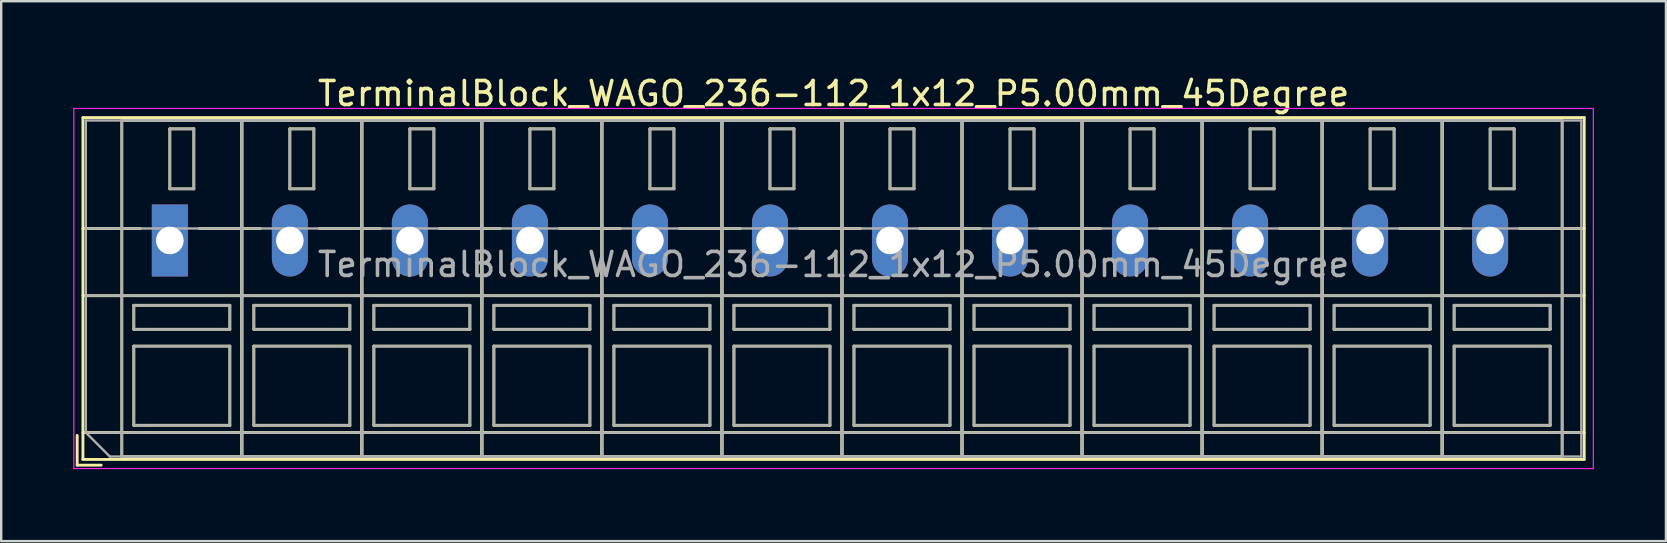
<source format=kicad_pcb>
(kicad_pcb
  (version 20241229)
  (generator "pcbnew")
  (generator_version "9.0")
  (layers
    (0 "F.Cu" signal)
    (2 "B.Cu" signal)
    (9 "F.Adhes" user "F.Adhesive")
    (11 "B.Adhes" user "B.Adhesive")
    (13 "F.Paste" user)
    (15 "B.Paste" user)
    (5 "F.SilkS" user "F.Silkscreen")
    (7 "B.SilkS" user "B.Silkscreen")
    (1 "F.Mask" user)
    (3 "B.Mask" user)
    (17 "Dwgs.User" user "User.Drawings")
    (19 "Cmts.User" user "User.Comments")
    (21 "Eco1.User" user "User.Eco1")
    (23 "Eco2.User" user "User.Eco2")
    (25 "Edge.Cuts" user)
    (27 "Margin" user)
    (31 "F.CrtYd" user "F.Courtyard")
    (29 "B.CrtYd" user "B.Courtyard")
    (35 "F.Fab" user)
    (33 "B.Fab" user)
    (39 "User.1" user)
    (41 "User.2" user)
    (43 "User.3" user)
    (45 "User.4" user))
  (footprint "TerminalBlock_WAGO_236-112_1x12_P5.00mm_45Degree"
    (layer "F.Cu")
    (at 4.025 6.968)
    (property "Reference" "TerminalBlock_WAGO_236-112_1x12_P5.00mm_45Degree" (at 27.65 -6.12 0) (layer "F.SilkS") (effects (font (size 1 1) (thickness 0.15))))
    (attr through_hole)
    (fp_line (start -3.86 8.12) (end -3.86 9.36) (stroke (width 0.12) (type solid)) (layer "F.SilkS"))
    (fp_line (start -3.86 9.36) (end -2.86 9.36) (stroke (width 0.12) (type solid)) (layer "F.SilkS"))
    (fp_line (start -3.62 -5.12) (end -3.62 9.12) (stroke (width 0.12) (type solid)) (layer "F.SilkS"))
    (fp_line (start -3.62 -5.12) (end 58.92 -5.12) (stroke (width 0.12) (type solid)) (layer "F.SilkS"))
    (fp_line (start -3.62 -0.5) (end -1.23 -0.5) (stroke (width 0.12) (type solid)) (layer "F.SilkS"))
    (fp_line (start -3.62 2.3) (end 58.92 2.3) (stroke (width 0.12) (type solid)) (layer "F.SilkS"))
    (fp_line (start -3.62 8) (end 58.92 8) (stroke (width 0.12) (type solid)) (layer "F.SilkS"))
    (fp_line (start -3.62 9.12) (end 58.92 9.12) (stroke (width 0.12) (type solid)) (layer "F.SilkS"))
    (fp_line (start -2 -5) (end -2 9) (stroke (width 0.12) (type solid)) (layer "F.SilkS"))
    (fp_line (start -2 -5) (end 3 -5) (stroke (width 0.12) (type solid)) (layer "F.SilkS"))
    (fp_line (start -2 9) (end 3 9) (stroke (width 0.12) (type solid)) (layer "F.SilkS"))
    (fp_line (start -1.5 2.7) (end -1.5 3.7) (stroke (width 0.12) (type solid)) (layer "F.SilkS"))
    (fp_line (start -1.5 2.7) (end 2.5 2.7) (stroke (width 0.12) (type solid)) (layer "F.SilkS"))
    (fp_line (start -1.5 3.7) (end 2.5 3.7) (stroke (width 0.12) (type solid)) (layer "F.SilkS"))
    (fp_line (start -1.5 4.4) (end -1.5 7.7) (stroke (width 0.12) (type solid)) (layer "F.SilkS"))
    (fp_line (start -1.5 4.4) (end 2.5 4.4) (stroke (width 0.12) (type solid)) (layer "F.SilkS"))
    (fp_line (start -1.5 7.7) (end 2.5 7.7) (stroke (width 0.12) (type solid)) (layer "F.SilkS"))
    (fp_line (start 0 -4.65) (end 0 -2.151) (stroke (width 0.12) (type solid)) (layer "F.SilkS"))
    (fp_line (start 0 -4.65) (end 1 -4.65) (stroke (width 0.12) (type solid)) (layer "F.SilkS"))
    (fp_line (start 0 -2.151) (end 1 -2.151) (stroke (width 0.12) (type solid)) (layer "F.SilkS"))
    (fp_line (start 1 -4.65) (end 1 -2.151) (stroke (width 0.12) (type solid)) (layer "F.SilkS"))
    (fp_line (start 1.23 -0.5) (end 3.77 -0.5) (stroke (width 0.12) (type solid)) (layer "F.SilkS"))
    (fp_line (start 2.5 2.7) (end 2.5 3.7) (stroke (width 0.12) (type solid)) (layer "F.SilkS"))
    (fp_line (start 2.5 4.4) (end 2.5 7.7) (stroke (width 0.12) (type solid)) (layer "F.SilkS"))
    (fp_line (start 3 -5) (end 3 9) (stroke (width 0.12) (type solid)) (layer "F.SilkS"))
    (fp_line (start 3 -5) (end 3 9) (stroke (width 0.12) (type solid)) (layer "F.SilkS"))
    (fp_line (start 3 -5) (end 8 -5) (stroke (width 0.12) (type solid)) (layer "F.SilkS"))
    (fp_line (start 3 9) (end 8 9) (stroke (width 0.12) (type solid)) (layer "F.SilkS"))
    (fp_line (start 3.5 2.7) (end 3.5 3.7) (stroke (width 0.12) (type solid)) (layer "F.SilkS"))
    (fp_line (start 3.5 2.7) (end 7.5 2.7) (stroke (width 0.12) (type solid)) (layer "F.SilkS"))
    (fp_line (start 3.5 3.7) (end 7.5 3.7) (stroke (width 0.12) (type solid)) (layer "F.SilkS"))
    (fp_line (start 3.5 4.4) (end 3.5 7.7) (stroke (width 0.12) (type solid)) (layer "F.SilkS"))
    (fp_line (start 3.5 4.4) (end 7.5 4.4) (stroke (width 0.12) (type solid)) (layer "F.SilkS"))
    (fp_line (start 3.5 7.7) (end 7.5 7.7) (stroke (width 0.12) (type solid)) (layer "F.SilkS"))
    (fp_line (start 5 -4.65) (end 5 -2.151) (stroke (width 0.12) (type solid)) (layer "F.SilkS"))
    (fp_line (start 5 -4.65) (end 6 -4.65) (stroke (width 0.12) (type solid)) (layer "F.SilkS"))
    (fp_line (start 5 -2.151) (end 6 -2.151) (stroke (width 0.12) (type solid)) (layer "F.SilkS"))
    (fp_line (start 6 -4.65) (end 6 -2.151) (stroke (width 0.12) (type solid)) (layer "F.SilkS"))
    (fp_line (start 6.23 -0.5) (end 8.77 -0.5) (stroke (width 0.12) (type solid)) (layer "F.SilkS"))
    (fp_line (start 7.5 2.7) (end 7.5 3.7) (stroke (width 0.12) (type solid)) (layer "F.SilkS"))
    (fp_line (start 7.5 4.4) (end 7.5 7.7) (stroke (width 0.12) (type solid)) (layer "F.SilkS"))
    (fp_line (start 8 -5) (end 8 9) (stroke (width 0.12) (type solid)) (layer "F.SilkS"))
    (fp_line (start 8 -5) (end 8 9) (stroke (width 0.12) (type solid)) (layer "F.SilkS"))
    (fp_line (start 8 -5) (end 13 -5) (stroke (width 0.12) (type solid)) (layer "F.SilkS"))
    (fp_line (start 8 9) (end 13 9) (stroke (width 0.12) (type solid)) (layer "F.SilkS"))
    (fp_line (start 8.5 2.7) (end 8.5 3.7) (stroke (width 0.12) (type solid)) (layer "F.SilkS"))
    (fp_line (start 8.5 2.7) (end 12.5 2.7) (stroke (width 0.12) (type solid)) (layer "F.SilkS"))
    (fp_line (start 8.5 3.7) (end 12.5 3.7) (stroke (width 0.12) (type solid)) (layer "F.SilkS"))
    (fp_line (start 8.5 4.4) (end 8.5 7.7) (stroke (width 0.12) (type solid)) (layer "F.SilkS"))
    (fp_line (start 8.5 4.4) (end 12.5 4.4) (stroke (width 0.12) (type solid)) (layer "F.SilkS"))
    (fp_line (start 8.5 7.7) (end 12.5 7.7) (stroke (width 0.12) (type solid)) (layer "F.SilkS"))
    (fp_line (start 10 -4.65) (end 10 -2.151) (stroke (width 0.12) (type solid)) (layer "F.SilkS"))
    (fp_line (start 10 -4.65) (end 11 -4.65) (stroke (width 0.12) (type solid)) (layer "F.SilkS"))
    (fp_line (start 10 -2.151) (end 11 -2.151) (stroke (width 0.12) (type solid)) (layer "F.SilkS"))
    (fp_line (start 11 -4.65) (end 11 -2.151) (stroke (width 0.12) (type solid)) (layer "F.SilkS"))
    (fp_line (start 11.23 -0.5) (end 13.77 -0.5) (stroke (width 0.12) (type solid)) (layer "F.SilkS"))
    (fp_line (start 12.5 2.7) (end 12.5 3.7) (stroke (width 0.12) (type solid)) (layer "F.SilkS"))
    (fp_line (start 12.5 4.4) (end 12.5 7.7) (stroke (width 0.12) (type solid)) (layer "F.SilkS"))
    (fp_line (start 13 -5) (end 13 9) (stroke (width 0.12) (type solid)) (layer "F.SilkS"))
    (fp_line (start 13 -5) (end 13 9) (stroke (width 0.12) (type solid)) (layer "F.SilkS"))
    (fp_line (start 13 -5) (end 18 -5) (stroke (width 0.12) (type solid)) (layer "F.SilkS"))
    (fp_line (start 13 9) (end 18 9) (stroke (width 0.12) (type solid)) (layer "F.SilkS"))
    (fp_line (start 13.5 2.7) (end 13.5 3.7) (stroke (width 0.12) (type solid)) (layer "F.SilkS"))
    (fp_line (start 13.5 2.7) (end 17.5 2.7) (stroke (width 0.12) (type solid)) (layer "F.SilkS"))
    (fp_line (start 13.5 3.7) (end 17.5 3.7) (stroke (width 0.12) (type solid)) (layer "F.SilkS"))
    (fp_line (start 13.5 4.4) (end 13.5 7.7) (stroke (width 0.12) (type solid)) (layer "F.SilkS"))
    (fp_line (start 13.5 4.4) (end 17.5 4.4) (stroke (width 0.12) (type solid)) (layer "F.SilkS"))
    (fp_line (start 13.5 7.7) (end 17.5 7.7) (stroke (width 0.12) (type solid)) (layer "F.SilkS"))
    (fp_line (start 15 -4.65) (end 15 -2.151) (stroke (width 0.12) (type solid)) (layer "F.SilkS"))
    (fp_line (start 15 -4.65) (end 16 -4.65) (stroke (width 0.12) (type solid)) (layer "F.SilkS"))
    (fp_line (start 15 -2.151) (end 16 -2.151) (stroke (width 0.12) (type solid)) (layer "F.SilkS"))
    (fp_line (start 16 -4.65) (end 16 -2.151) (stroke (width 0.12) (type solid)) (layer "F.SilkS"))
    (fp_line (start 16.23 -0.5) (end 18.77 -0.5) (stroke (width 0.12) (type solid)) (layer "F.SilkS"))
    (fp_line (start 17.5 2.7) (end 17.5 3.7) (stroke (width 0.12) (type solid)) (layer "F.SilkS"))
    (fp_line (start 17.5 4.4) (end 17.5 7.7) (stroke (width 0.12) (type solid)) (layer "F.SilkS"))
    (fp_line (start 18 -5) (end 18 9) (stroke (width 0.12) (type solid)) (layer "F.SilkS"))
    (fp_line (start 18 -5) (end 18 9) (stroke (width 0.12) (type solid)) (layer "F.SilkS"))
    (fp_line (start 18 -5) (end 23 -5) (stroke (width 0.12) (type solid)) (layer "F.SilkS"))
    (fp_line (start 18 9) (end 23 9) (stroke (width 0.12) (type solid)) (layer "F.SilkS"))
    (fp_line (start 18.5 2.7) (end 18.5 3.7) (stroke (width 0.12) (type solid)) (layer "F.SilkS"))
    (fp_line (start 18.5 2.7) (end 22.5 2.7) (stroke (width 0.12) (type solid)) (layer "F.SilkS"))
    (fp_line (start 18.5 3.7) (end 22.5 3.7) (stroke (width 0.12) (type solid)) (layer "F.SilkS"))
    (fp_line (start 18.5 4.4) (end 18.5 7.7) (stroke (width 0.12) (type solid)) (layer "F.SilkS"))
    (fp_line (start 18.5 4.4) (end 22.5 4.4) (stroke (width 0.12) (type solid)) (layer "F.SilkS"))
    (fp_line (start 18.5 7.7) (end 22.5 7.7) (stroke (width 0.12) (type solid)) (layer "F.SilkS"))
    (fp_line (start 20 -4.65) (end 20 -2.151) (stroke (width 0.12) (type solid)) (layer "F.SilkS"))
    (fp_line (start 20 -4.65) (end 21 -4.65) (stroke (width 0.12) (type solid)) (layer "F.SilkS"))
    (fp_line (start 20 -2.151) (end 21 -2.151) (stroke (width 0.12) (type solid)) (layer "F.SilkS"))
    (fp_line (start 21 -4.65) (end 21 -2.151) (stroke (width 0.12) (type solid)) (layer "F.SilkS"))
    (fp_line (start 21.23 -0.5) (end 23.77 -0.5) (stroke (width 0.12) (type solid)) (layer "F.SilkS"))
    (fp_line (start 22.5 2.7) (end 22.5 3.7) (stroke (width 0.12) (type solid)) (layer "F.SilkS"))
    (fp_line (start 22.5 4.4) (end 22.5 7.7) (stroke (width 0.12) (type solid)) (layer "F.SilkS"))
    (fp_line (start 23 -5) (end 23 9) (stroke (width 0.12) (type solid)) (layer "F.SilkS"))
    (fp_line (start 23 -5) (end 23 9) (stroke (width 0.12) (type solid)) (layer "F.SilkS"))
    (fp_line (start 23 -5) (end 28 -5) (stroke (width 0.12) (type solid)) (layer "F.SilkS"))
    (fp_line (start 23 9) (end 28 9) (stroke (width 0.12) (type solid)) (layer "F.SilkS"))
    (fp_line (start 23.5 2.7) (end 23.5 3.7) (stroke (width 0.12) (type solid)) (layer "F.SilkS"))
    (fp_line (start 23.5 2.7) (end 27.5 2.7) (stroke (width 0.12) (type solid)) (layer "F.SilkS"))
    (fp_line (start 23.5 3.7) (end 27.5 3.7) (stroke (width 0.12) (type solid)) (layer "F.SilkS"))
    (fp_line (start 23.5 4.4) (end 23.5 7.7) (stroke (width 0.12) (type solid)) (layer "F.SilkS"))
    (fp_line (start 23.5 4.4) (end 27.5 4.4) (stroke (width 0.12) (type solid)) (layer "F.SilkS"))
    (fp_line (start 23.5 7.7) (end 27.5 7.7) (stroke (width 0.12) (type solid)) (layer "F.SilkS"))
    (fp_line (start 25 -4.65) (end 25 -2.151) (stroke (width 0.12) (type solid)) (layer "F.SilkS"))
    (fp_line (start 25 -4.65) (end 26 -4.65) (stroke (width 0.12) (type solid)) (layer "F.SilkS"))
    (fp_line (start 25 -2.151) (end 26 -2.151) (stroke (width 0.12) (type solid)) (layer "F.SilkS"))
    (fp_line (start 26 -4.65) (end 26 -2.151) (stroke (width 0.12) (type solid)) (layer "F.SilkS"))
    (fp_line (start 26.23 -0.5) (end 28.77 -0.5) (stroke (width 0.12) (type solid)) (layer "F.SilkS"))
    (fp_line (start 27.5 2.7) (end 27.5 3.7) (stroke (width 0.12) (type solid)) (layer "F.SilkS"))
    (fp_line (start 27.5 4.4) (end 27.5 7.7) (stroke (width 0.12) (type solid)) (layer "F.SilkS"))
    (fp_line (start 28 -5) (end 28 9) (stroke (width 0.12) (type solid)) (layer "F.SilkS"))
    (fp_line (start 28 -5) (end 28 9) (stroke (width 0.12) (type solid)) (layer "F.SilkS"))
    (fp_line (start 28 -5) (end 33 -5) (stroke (width 0.12) (type solid)) (layer "F.SilkS"))
    (fp_line (start 28 9) (end 33 9) (stroke (width 0.12) (type solid)) (layer "F.SilkS"))
    (fp_line (start 28.5 2.7) (end 28.5 3.7) (stroke (width 0.12) (type solid)) (layer "F.SilkS"))
    (fp_line (start 28.5 2.7) (end 32.5 2.7) (stroke (width 0.12) (type solid)) (layer "F.SilkS"))
    (fp_line (start 28.5 3.7) (end 32.5 3.7) (stroke (width 0.12) (type solid)) (layer "F.SilkS"))
    (fp_line (start 28.5 4.4) (end 28.5 7.7) (stroke (width 0.12) (type solid)) (layer "F.SilkS"))
    (fp_line (start 28.5 4.4) (end 32.5 4.4) (stroke (width 0.12) (type solid)) (layer "F.SilkS"))
    (fp_line (start 28.5 7.7) (end 32.5 7.7) (stroke (width 0.12) (type solid)) (layer "F.SilkS"))
    (fp_line (start 30 -4.65) (end 30 -2.151) (stroke (width 0.12) (type solid)) (layer "F.SilkS"))
    (fp_line (start 30 -4.65) (end 31 -4.65) (stroke (width 0.12) (type solid)) (layer "F.SilkS"))
    (fp_line (start 30 -2.151) (end 31 -2.151) (stroke (width 0.12) (type solid)) (layer "F.SilkS"))
    (fp_line (start 31 -4.65) (end 31 -2.151) (stroke (width 0.12) (type solid)) (layer "F.SilkS"))
    (fp_line (start 31.23 -0.5) (end 33.77 -0.5) (stroke (width 0.12) (type solid)) (layer "F.SilkS"))
    (fp_line (start 32.5 2.7) (end 32.5 3.7) (stroke (width 0.12) (type solid)) (layer "F.SilkS"))
    (fp_line (start 32.5 4.4) (end 32.5 7.7) (stroke (width 0.12) (type solid)) (layer "F.SilkS"))
    (fp_line (start 33 -5) (end 33 9) (stroke (width 0.12) (type solid)) (layer "F.SilkS"))
    (fp_line (start 33 -5) (end 33 9) (stroke (width 0.12) (type solid)) (layer "F.SilkS"))
    (fp_line (start 33 -5) (end 38 -5) (stroke (width 0.12) (type solid)) (layer "F.SilkS"))
    (fp_line (start 33 9) (end 38 9) (stroke (width 0.12) (type solid)) (layer "F.SilkS"))
    (fp_line (start 33.5 2.7) (end 33.5 3.7) (stroke (width 0.12) (type solid)) (layer "F.SilkS"))
    (fp_line (start 33.5 2.7) (end 37.5 2.7) (stroke (width 0.12) (type solid)) (layer "F.SilkS"))
    (fp_line (start 33.5 3.7) (end 37.5 3.7) (stroke (width 0.12) (type solid)) (layer "F.SilkS"))
    (fp_line (start 33.5 4.4) (end 33.5 7.7) (stroke (width 0.12) (type solid)) (layer "F.SilkS"))
    (fp_line (start 33.5 4.4) (end 37.5 4.4) (stroke (width 0.12) (type solid)) (layer "F.SilkS"))
    (fp_line (start 33.5 7.7) (end 37.5 7.7) (stroke (width 0.12) (type solid)) (layer "F.SilkS"))
    (fp_line (start 35 -4.65) (end 35 -2.151) (stroke (width 0.12) (type solid)) (layer "F.SilkS"))
    (fp_line (start 35 -4.65) (end 36 -4.65) (stroke (width 0.12) (type solid)) (layer "F.SilkS"))
    (fp_line (start 35 -2.151) (end 36 -2.151) (stroke (width 0.12) (type solid)) (layer "F.SilkS"))
    (fp_line (start 36 -4.65) (end 36 -2.151) (stroke (width 0.12) (type solid)) (layer "F.SilkS"))
    (fp_line (start 36.23 -0.5) (end 38.77 -0.5) (stroke (width 0.12) (type solid)) (layer "F.SilkS"))
    (fp_line (start 37.5 2.7) (end 37.5 3.7) (stroke (width 0.12) (type solid)) (layer "F.SilkS"))
    (fp_line (start 37.5 4.4) (end 37.5 7.7) (stroke (width 0.12) (type solid)) (layer "F.SilkS"))
    (fp_line (start 38 -5) (end 38 9) (stroke (width 0.12) (type solid)) (layer "F.SilkS"))
    (fp_line (start 38 -5) (end 38 9) (stroke (width 0.12) (type solid)) (layer "F.SilkS"))
    (fp_line (start 38 -5) (end 43 -5) (stroke (width 0.12) (type solid)) (layer "F.SilkS"))
    (fp_line (start 38 9) (end 43 9) (stroke (width 0.12) (type solid)) (layer "F.SilkS"))
    (fp_line (start 38.5 2.7) (end 38.5 3.7) (stroke (width 0.12) (type solid)) (layer "F.SilkS"))
    (fp_line (start 38.5 2.7) (end 42.5 2.7) (stroke (width 0.12) (type solid)) (layer "F.SilkS"))
    (fp_line (start 38.5 3.7) (end 42.5 3.7) (stroke (width 0.12) (type solid)) (layer "F.SilkS"))
    (fp_line (start 38.5 4.4) (end 38.5 7.7) (stroke (width 0.12) (type solid)) (layer "F.SilkS"))
    (fp_line (start 38.5 4.4) (end 42.5 4.4) (stroke (width 0.12) (type solid)) (layer "F.SilkS"))
    (fp_line (start 38.5 7.7) (end 42.5 7.7) (stroke (width 0.12) (type solid)) (layer "F.SilkS"))
    (fp_line (start 40 -4.65) (end 40 -2.151) (stroke (width 0.12) (type solid)) (layer "F.SilkS"))
    (fp_line (start 40 -4.65) (end 41 -4.65) (stroke (width 0.12) (type solid)) (layer "F.SilkS"))
    (fp_line (start 40 -2.151) (end 41 -2.151) (stroke (width 0.12) (type solid)) (layer "F.SilkS"))
    (fp_line (start 41 -4.65) (end 41 -2.151) (stroke (width 0.12) (type solid)) (layer "F.SilkS"))
    (fp_line (start 41.23 -0.5) (end 43.77 -0.5) (stroke (width 0.12) (type solid)) (layer "F.SilkS"))
    (fp_line (start 42.5 2.7) (end 42.5 3.7) (stroke (width 0.12) (type solid)) (layer "F.SilkS"))
    (fp_line (start 42.5 4.4) (end 42.5 7.7) (stroke (width 0.12) (type solid)) (layer "F.SilkS"))
    (fp_line (start 43 -5) (end 43 9) (stroke (width 0.12) (type solid)) (layer "F.SilkS"))
    (fp_line (start 43 -5) (end 43 9) (stroke (width 0.12) (type solid)) (layer "F.SilkS"))
    (fp_line (start 43 -5) (end 48 -5) (stroke (width 0.12) (type solid)) (layer "F.SilkS"))
    (fp_line (start 43 9) (end 48 9) (stroke (width 0.12) (type solid)) (layer "F.SilkS"))
    (fp_line (start 43.5 2.7) (end 43.5 3.7) (stroke (width 0.12) (type solid)) (layer "F.SilkS"))
    (fp_line (start 43.5 2.7) (end 47.5 2.7) (stroke (width 0.12) (type solid)) (layer "F.SilkS"))
    (fp_line (start 43.5 3.7) (end 47.5 3.7) (stroke (width 0.12) (type solid)) (layer "F.SilkS"))
    (fp_line (start 43.5 4.4) (end 43.5 7.7) (stroke (width 0.12) (type solid)) (layer "F.SilkS"))
    (fp_line (start 43.5 4.4) (end 47.5 4.4) (stroke (width 0.12) (type solid)) (layer "F.SilkS"))
    (fp_line (start 43.5 7.7) (end 47.5 7.7) (stroke (width 0.12) (type solid)) (layer "F.SilkS"))
    (fp_line (start 45 -4.65) (end 45 -2.151) (stroke (width 0.12) (type solid)) (layer "F.SilkS"))
    (fp_line (start 45 -4.65) (end 46 -4.65) (stroke (width 0.12) (type solid)) (layer "F.SilkS"))
    (fp_line (start 45 -2.151) (end 46 -2.151) (stroke (width 0.12) (type solid)) (layer "F.SilkS"))
    (fp_line (start 46 -4.65) (end 46 -2.151) (stroke (width 0.12) (type solid)) (layer "F.SilkS"))
    (fp_line (start 46.23 -0.5) (end 48.77 -0.5) (stroke (width 0.12) (type solid)) (layer "F.SilkS"))
    (fp_line (start 47.5 2.7) (end 47.5 3.7) (stroke (width 0.12) (type solid)) (layer "F.SilkS"))
    (fp_line (start 47.5 4.4) (end 47.5 7.7) (stroke (width 0.12) (type solid)) (layer "F.SilkS"))
    (fp_line (start 48 -5) (end 48 9) (stroke (width 0.12) (type solid)) (layer "F.SilkS"))
    (fp_line (start 48 -5) (end 48 9) (stroke (width 0.12) (type solid)) (layer "F.SilkS"))
    (fp_line (start 48 -5) (end 53 -5) (stroke (width 0.12) (type solid)) (layer "F.SilkS"))
    (fp_line (start 48 9) (end 53 9) (stroke (width 0.12) (type solid)) (layer "F.SilkS"))
    (fp_line (start 48.5 2.7) (end 48.5 3.7) (stroke (width 0.12) (type solid)) (layer "F.SilkS"))
    (fp_line (start 48.5 2.7) (end 52.5 2.7) (stroke (width 0.12) (type solid)) (layer "F.SilkS"))
    (fp_line (start 48.5 3.7) (end 52.5 3.7) (stroke (width 0.12) (type solid)) (layer "F.SilkS"))
    (fp_line (start 48.5 4.4) (end 48.5 7.7) (stroke (width 0.12) (type solid)) (layer "F.SilkS"))
    (fp_line (start 48.5 4.4) (end 52.5 4.4) (stroke (width 0.12) (type solid)) (layer "F.SilkS"))
    (fp_line (start 48.5 7.7) (end 52.5 7.7) (stroke (width 0.12) (type solid)) (layer "F.SilkS"))
    (fp_line (start 50 -4.65) (end 50 -2.151) (stroke (width 0.12) (type solid)) (layer "F.SilkS"))
    (fp_line (start 50 -4.65) (end 51 -4.65) (stroke (width 0.12) (type solid)) (layer "F.SilkS"))
    (fp_line (start 50 -2.151) (end 51 -2.151) (stroke (width 0.12) (type solid)) (layer "F.SilkS"))
    (fp_line (start 51 -4.65) (end 51 -2.151) (stroke (width 0.12) (type solid)) (layer "F.SilkS"))
    (fp_line (start 51.23 -0.5) (end 53.77 -0.5) (stroke (width 0.12) (type solid)) (layer "F.SilkS"))
    (fp_line (start 52.5 2.7) (end 52.5 3.7) (stroke (width 0.12) (type solid)) (layer "F.SilkS"))
    (fp_line (start 52.5 4.4) (end 52.5 7.7) (stroke (width 0.12) (type solid)) (layer "F.SilkS"))
    (fp_line (start 53 -5) (end 53 9) (stroke (width 0.12) (type solid)) (layer "F.SilkS"))
    (fp_line (start 53 -5) (end 53 9) (stroke (width 0.12) (type solid)) (layer "F.SilkS"))
    (fp_line (start 53 -5) (end 58 -5) (stroke (width 0.12) (type solid)) (layer "F.SilkS"))
    (fp_line (start 53 9) (end 58 9) (stroke (width 0.12) (type solid)) (layer "F.SilkS"))
    (fp_line (start 53.5 2.7) (end 53.5 3.7) (stroke (width 0.12) (type solid)) (layer "F.SilkS"))
    (fp_line (start 53.5 2.7) (end 57.5 2.7) (stroke (width 0.12) (type solid)) (layer "F.SilkS"))
    (fp_line (start 53.5 3.7) (end 57.5 3.7) (stroke (width 0.12) (type solid)) (layer "F.SilkS"))
    (fp_line (start 53.5 4.4) (end 53.5 7.7) (stroke (width 0.12) (type solid)) (layer "F.SilkS"))
    (fp_line (start 53.5 4.4) (end 57.5 4.4) (stroke (width 0.12) (type solid)) (layer "F.SilkS"))
    (fp_line (start 53.5 7.7) (end 57.5 7.7) (stroke (width 0.12) (type solid)) (layer "F.SilkS"))
    (fp_line (start 55 -4.65) (end 55 -2.151) (stroke (width 0.12) (type solid)) (layer "F.SilkS"))
    (fp_line (start 55 -4.65) (end 56 -4.65) (stroke (width 0.12) (type solid)) (layer "F.SilkS"))
    (fp_line (start 55 -2.151) (end 56 -2.151) (stroke (width 0.12) (type solid)) (layer "F.SilkS"))
    (fp_line (start 56 -4.65) (end 56 -2.151) (stroke (width 0.12) (type solid)) (layer "F.SilkS"))
    (fp_line (start 56.23 -0.5) (end 58.92 -0.5) (stroke (width 0.12) (type solid)) (layer "F.SilkS"))
    (fp_line (start 57.5 2.7) (end 57.5 3.7) (stroke (width 0.12) (type solid)) (layer "F.SilkS"))
    (fp_line (start 57.5 4.4) (end 57.5 7.7) (stroke (width 0.12) (type solid)) (layer "F.SilkS"))
    (fp_line (start 58 -5) (end 58 9) (stroke (width 0.12) (type solid)) (layer "F.SilkS"))
    (fp_line (start 58.92 -5.12) (end 58.92 9.12) (stroke (width 0.12) (type solid)) (layer "F.SilkS"))
    (fp_line (start -4 -5.5) (end -4 9.5) (stroke (width 0.05) (type solid)) (layer "F.CrtYd"))
    (fp_line (start -4 9.5) (end 59.3 9.5) (stroke (width 0.05) (type solid)) (layer "F.CrtYd"))
    (fp_line (start 59.3 -5.5) (end -4 -5.5) (stroke (width 0.05) (type solid)) (layer "F.CrtYd"))
    (fp_line (start 59.3 9.5) (end 59.3 -5.5) (stroke (width 0.05) (type solid)) (layer "F.CrtYd"))
    (fp_line (start -3.5 -5) (end 58.8 -5) (stroke (width 0.1) (type solid)) (layer "F.Fab"))
    (fp_line (start -3.5 -0.5) (end 58.8 -0.5) (stroke (width 0.1) (type solid)) (layer "F.Fab"))
    (fp_line (start -3.5 2.3) (end 58.8 2.3) (stroke (width 0.1) (type solid)) (layer "F.Fab"))
    (fp_line (start -3.5 8) (end -3.5 -5) (stroke (width 0.1) (type solid)) (layer "F.Fab"))
    (fp_line (start -3.5 8) (end 58.8 8) (stroke (width 0.1) (type solid)) (layer "F.Fab"))
    (fp_line (start -2.5 9) (end -3.5 8) (stroke (width 0.1) (type solid)) (layer "F.Fab"))
    (fp_line (start -2 -5) (end -2 9) (stroke (width 0.1) (type solid)) (layer "F.Fab"))
    (fp_line (start -2 9) (end 3 9) (stroke (width 0.1) (type solid)) (layer "F.Fab"))
    (fp_line (start -1.5 2.7) (end -1.5 3.7) (stroke (width 0.1) (type solid)) (layer "F.Fab"))
    (fp_line (start -1.5 3.7) (end 2.5 3.7) (stroke (width 0.1) (type solid)) (layer "F.Fab"))
    (fp_line (start -1.5 4.4) (end -1.5 7.7) (stroke (width 0.1) (type solid)) (layer "F.Fab"))
    (fp_line (start -1.5 7.7) (end 2.5 7.7) (stroke (width 0.1) (type solid)) (layer "F.Fab"))
    (fp_line (start 0 -4.65) (end 0 -2.15) (stroke (width 0.1) (type solid)) (layer "F.Fab"))
    (fp_line (start 0 -2.15) (end 1 -2.15) (stroke (width 0.1) (type solid)) (layer "F.Fab"))
    (fp_line (start 1 -4.65) (end 0 -4.65) (stroke (width 0.1) (type solid)) (layer "F.Fab"))
    (fp_line (start 1 -2.15) (end 1 -4.65) (stroke (width 0.1) (type solid)) (layer "F.Fab"))
    (fp_line (start 2.5 2.7) (end -1.5 2.7) (stroke (width 0.1) (type solid)) (layer "F.Fab"))
    (fp_line (start 2.5 3.7) (end 2.5 2.7) (stroke (width 0.1) (type solid)) (layer "F.Fab"))
    (fp_line (start 2.5 4.4) (end -1.5 4.4) (stroke (width 0.1) (type solid)) (layer "F.Fab"))
    (fp_line (start 2.5 7.7) (end 2.5 4.4) (stroke (width 0.1) (type solid)) (layer "F.Fab"))
    (fp_line (start 3 -5) (end -2 -5) (stroke (width 0.1) (type solid)) (layer "F.Fab"))
    (fp_line (start 3 -5) (end 3 9) (stroke (width 0.1) (type solid)) (layer "F.Fab"))
    (fp_line (start 3 9) (end 3 -5) (stroke (width 0.1) (type solid)) (layer "F.Fab"))
    (fp_line (start 3 9) (end 8 9) (stroke (width 0.1) (type solid)) (layer "F.Fab"))
    (fp_line (start 3.5 2.7) (end 3.5 3.7) (stroke (width 0.1) (type solid)) (layer "F.Fab"))
    (fp_line (start 3.5 3.7) (end 7.5 3.7) (stroke (width 0.1) (type solid)) (layer "F.Fab"))
    (fp_line (start 3.5 4.4) (end 3.5 7.7) (stroke (width 0.1) (type solid)) (layer "F.Fab"))
    (fp_line (start 3.5 7.7) (end 7.5 7.7) (stroke (width 0.1) (type solid)) (layer "F.Fab"))
    (fp_line (start 5 -4.65) (end 5 -2.15) (stroke (width 0.1) (type solid)) (layer "F.Fab"))
    (fp_line (start 5 -2.15) (end 6 -2.15) (stroke (width 0.1) (type solid)) (layer "F.Fab"))
    (fp_line (start 6 -4.65) (end 5 -4.65) (stroke (width 0.1) (type solid)) (layer "F.Fab"))
    (fp_line (start 6 -2.15) (end 6 -4.65) (stroke (width 0.1) (type solid)) (layer "F.Fab"))
    (fp_line (start 7.5 2.7) (end 3.5 2.7) (stroke (width 0.1) (type solid)) (layer "F.Fab"))
    (fp_line (start 7.5 3.7) (end 7.5 2.7) (stroke (width 0.1) (type solid)) (layer "F.Fab"))
    (fp_line (start 7.5 4.4) (end 3.5 4.4) (stroke (width 0.1) (type solid)) (layer "F.Fab"))
    (fp_line (start 7.5 7.7) (end 7.5 4.4) (stroke (width 0.1) (type solid)) (layer "F.Fab"))
    (fp_line (start 8 -5) (end 3 -5) (stroke (width 0.1) (type solid)) (layer "F.Fab"))
    (fp_line (start 8 -5) (end 8 9) (stroke (width 0.1) (type solid)) (layer "F.Fab"))
    (fp_line (start 8 9) (end 8 -5) (stroke (width 0.1) (type solid)) (layer "F.Fab"))
    (fp_line (start 8 9) (end 13 9) (stroke (width 0.1) (type solid)) (layer "F.Fab"))
    (fp_line (start 8.5 2.7) (end 8.5 3.7) (stroke (width 0.1) (type solid)) (layer "F.Fab"))
    (fp_line (start 8.5 3.7) (end 12.5 3.7) (stroke (width 0.1) (type solid)) (layer "F.Fab"))
    (fp_line (start 8.5 4.4) (end 8.5 7.7) (stroke (width 0.1) (type solid)) (layer "F.Fab"))
    (fp_line (start 8.5 7.7) (end 12.5 7.7) (stroke (width 0.1) (type solid)) (layer "F.Fab"))
    (fp_line (start 10 -4.65) (end 10 -2.15) (stroke (width 0.1) (type solid)) (layer "F.Fab"))
    (fp_line (start 10 -2.15) (end 11 -2.15) (stroke (width 0.1) (type solid)) (layer "F.Fab"))
    (fp_line (start 11 -4.65) (end 10 -4.65) (stroke (width 0.1) (type solid)) (layer "F.Fab"))
    (fp_line (start 11 -2.15) (end 11 -4.65) (stroke (width 0.1) (type solid)) (layer "F.Fab"))
    (fp_line (start 12.5 2.7) (end 8.5 2.7) (stroke (width 0.1) (type solid)) (layer "F.Fab"))
    (fp_line (start 12.5 3.7) (end 12.5 2.7) (stroke (width 0.1) (type solid)) (layer "F.Fab"))
    (fp_line (start 12.5 4.4) (end 8.5 4.4) (stroke (width 0.1) (type solid)) (layer "F.Fab"))
    (fp_line (start 12.5 7.7) (end 12.5 4.4) (stroke (width 0.1) (type solid)) (layer "F.Fab"))
    (fp_line (start 13 -5) (end 8 -5) (stroke (width 0.1) (type solid)) (layer "F.Fab"))
    (fp_line (start 13 -5) (end 13 9) (stroke (width 0.1) (type solid)) (layer "F.Fab"))
    (fp_line (start 13 9) (end 13 -5) (stroke (width 0.1) (type solid)) (layer "F.Fab"))
    (fp_line (start 13 9) (end 18 9) (stroke (width 0.1) (type solid)) (layer "F.Fab"))
    (fp_line (start 13.5 2.7) (end 13.5 3.7) (stroke (width 0.1) (type solid)) (layer "F.Fab"))
    (fp_line (start 13.5 3.7) (end 17.5 3.7) (stroke (width 0.1) (type solid)) (layer "F.Fab"))
    (fp_line (start 13.5 4.4) (end 13.5 7.7) (stroke (width 0.1) (type solid)) (layer "F.Fab"))
    (fp_line (start 13.5 7.7) (end 17.5 7.7) (stroke (width 0.1) (type solid)) (layer "F.Fab"))
    (fp_line (start 15 -4.65) (end 15 -2.15) (stroke (width 0.1) (type solid)) (layer "F.Fab"))
    (fp_line (start 15 -2.15) (end 16 -2.15) (stroke (width 0.1) (type solid)) (layer "F.Fab"))
    (fp_line (start 16 -4.65) (end 15 -4.65) (stroke (width 0.1) (type solid)) (layer "F.Fab"))
    (fp_line (start 16 -2.15) (end 16 -4.65) (stroke (width 0.1) (type solid)) (layer "F.Fab"))
    (fp_line (start 17.5 2.7) (end 13.5 2.7) (stroke (width 0.1) (type solid)) (layer "F.Fab"))
    (fp_line (start 17.5 3.7) (end 17.5 2.7) (stroke (width 0.1) (type solid)) (layer "F.Fab"))
    (fp_line (start 17.5 4.4) (end 13.5 4.4) (stroke (width 0.1) (type solid)) (layer "F.Fab"))
    (fp_line (start 17.5 7.7) (end 17.5 4.4) (stroke (width 0.1) (type solid)) (layer "F.Fab"))
    (fp_line (start 18 -5) (end 13 -5) (stroke (width 0.1) (type solid)) (layer "F.Fab"))
    (fp_line (start 18 -5) (end 18 9) (stroke (width 0.1) (type solid)) (layer "F.Fab"))
    (fp_line (start 18 9) (end 18 -5) (stroke (width 0.1) (type solid)) (layer "F.Fab"))
    (fp_line (start 18 9) (end 23 9) (stroke (width 0.1) (type solid)) (layer "F.Fab"))
    (fp_line (start 18.5 2.7) (end 18.5 3.7) (stroke (width 0.1) (type solid)) (layer "F.Fab"))
    (fp_line (start 18.5 3.7) (end 22.5 3.7) (stroke (width 0.1) (type solid)) (layer "F.Fab"))
    (fp_line (start 18.5 4.4) (end 18.5 7.7) (stroke (width 0.1) (type solid)) (layer "F.Fab"))
    (fp_line (start 18.5 7.7) (end 22.5 7.7) (stroke (width 0.1) (type solid)) (layer "F.Fab"))
    (fp_line (start 20 -4.65) (end 20 -2.15) (stroke (width 0.1) (type solid)) (layer "F.Fab"))
    (fp_line (start 20 -2.15) (end 21 -2.15) (stroke (width 0.1) (type solid)) (layer "F.Fab"))
    (fp_line (start 21 -4.65) (end 20 -4.65) (stroke (width 0.1) (type solid)) (layer "F.Fab"))
    (fp_line (start 21 -2.15) (end 21 -4.65) (stroke (width 0.1) (type solid)) (layer "F.Fab"))
    (fp_line (start 22.5 2.7) (end 18.5 2.7) (stroke (width 0.1) (type solid)) (layer "F.Fab"))
    (fp_line (start 22.5 3.7) (end 22.5 2.7) (stroke (width 0.1) (type solid)) (layer "F.Fab"))
    (fp_line (start 22.5 4.4) (end 18.5 4.4) (stroke (width 0.1) (type solid)) (layer "F.Fab"))
    (fp_line (start 22.5 7.7) (end 22.5 4.4) (stroke (width 0.1) (type solid)) (layer "F.Fab"))
    (fp_line (start 23 -5) (end 18 -5) (stroke (width 0.1) (type solid)) (layer "F.Fab"))
    (fp_line (start 23 -5) (end 23 9) (stroke (width 0.1) (type solid)) (layer "F.Fab"))
    (fp_line (start 23 9) (end 23 -5) (stroke (width 0.1) (type solid)) (layer "F.Fab"))
    (fp_line (start 23 9) (end 28 9) (stroke (width 0.1) (type solid)) (layer "F.Fab"))
    (fp_line (start 23.5 2.7) (end 23.5 3.7) (stroke (width 0.1) (type solid)) (layer "F.Fab"))
    (fp_line (start 23.5 3.7) (end 27.5 3.7) (stroke (width 0.1) (type solid)) (layer "F.Fab"))
    (fp_line (start 23.5 4.4) (end 23.5 7.7) (stroke (width 0.1) (type solid)) (layer "F.Fab"))
    (fp_line (start 23.5 7.7) (end 27.5 7.7) (stroke (width 0.1) (type solid)) (layer "F.Fab"))
    (fp_line (start 25 -4.65) (end 25 -2.15) (stroke (width 0.1) (type solid)) (layer "F.Fab"))
    (fp_line (start 25 -2.15) (end 26 -2.15) (stroke (width 0.1) (type solid)) (layer "F.Fab"))
    (fp_line (start 26 -4.65) (end 25 -4.65) (stroke (width 0.1) (type solid)) (layer "F.Fab"))
    (fp_line (start 26 -2.15) (end 26 -4.65) (stroke (width 0.1) (type solid)) (layer "F.Fab"))
    (fp_line (start 27.5 2.7) (end 23.5 2.7) (stroke (width 0.1) (type solid)) (layer "F.Fab"))
    (fp_line (start 27.5 3.7) (end 27.5 2.7) (stroke (width 0.1) (type solid)) (layer "F.Fab"))
    (fp_line (start 27.5 4.4) (end 23.5 4.4) (stroke (width 0.1) (type solid)) (layer "F.Fab"))
    (fp_line (start 27.5 7.7) (end 27.5 4.4) (stroke (width 0.1) (type solid)) (layer "F.Fab"))
    (fp_line (start 28 -5) (end 23 -5) (stroke (width 0.1) (type solid)) (layer "F.Fab"))
    (fp_line (start 28 -5) (end 28 9) (stroke (width 0.1) (type solid)) (layer "F.Fab"))
    (fp_line (start 28 9) (end 28 -5) (stroke (width 0.1) (type solid)) (layer "F.Fab"))
    (fp_line (start 28 9) (end 33 9) (stroke (width 0.1) (type solid)) (layer "F.Fab"))
    (fp_line (start 28.5 2.7) (end 28.5 3.7) (stroke (width 0.1) (type solid)) (layer "F.Fab"))
    (fp_line (start 28.5 3.7) (end 32.5 3.7) (stroke (width 0.1) (type solid)) (layer "F.Fab"))
    (fp_line (start 28.5 4.4) (end 28.5 7.7) (stroke (width 0.1) (type solid)) (layer "F.Fab"))
    (fp_line (start 28.5 7.7) (end 32.5 7.7) (stroke (width 0.1) (type solid)) (layer "F.Fab"))
    (fp_line (start 30 -4.65) (end 30 -2.15) (stroke (width 0.1) (type solid)) (layer "F.Fab"))
    (fp_line (start 30 -2.15) (end 31 -2.15) (stroke (width 0.1) (type solid)) (layer "F.Fab"))
    (fp_line (start 31 -4.65) (end 30 -4.65) (stroke (width 0.1) (type solid)) (layer "F.Fab"))
    (fp_line (start 31 -2.15) (end 31 -4.65) (stroke (width 0.1) (type solid)) (layer "F.Fab"))
    (fp_line (start 32.5 2.7) (end 28.5 2.7) (stroke (width 0.1) (type solid)) (layer "F.Fab"))
    (fp_line (start 32.5 3.7) (end 32.5 2.7) (stroke (width 0.1) (type solid)) (layer "F.Fab"))
    (fp_line (start 32.5 4.4) (end 28.5 4.4) (stroke (width 0.1) (type solid)) (layer "F.Fab"))
    (fp_line (start 32.5 7.7) (end 32.5 4.4) (stroke (width 0.1) (type solid)) (layer "F.Fab"))
    (fp_line (start 33 -5) (end 28 -5) (stroke (width 0.1) (type solid)) (layer "F.Fab"))
    (fp_line (start 33 -5) (end 33 9) (stroke (width 0.1) (type solid)) (layer "F.Fab"))
    (fp_line (start 33 9) (end 33 -5) (stroke (width 0.1) (type solid)) (layer "F.Fab"))
    (fp_line (start 33 9) (end 38 9) (stroke (width 0.1) (type solid)) (layer "F.Fab"))
    (fp_line (start 33.5 2.7) (end 33.5 3.7) (stroke (width 0.1) (type solid)) (layer "F.Fab"))
    (fp_line (start 33.5 3.7) (end 37.5 3.7) (stroke (width 0.1) (type solid)) (layer "F.Fab"))
    (fp_line (start 33.5 4.4) (end 33.5 7.7) (stroke (width 0.1) (type solid)) (layer "F.Fab"))
    (fp_line (start 33.5 7.7) (end 37.5 7.7) (stroke (width 0.1) (type solid)) (layer "F.Fab"))
    (fp_line (start 35 -4.65) (end 35 -2.15) (stroke (width 0.1) (type solid)) (layer "F.Fab"))
    (fp_line (start 35 -2.15) (end 36 -2.15) (stroke (width 0.1) (type solid)) (layer "F.Fab"))
    (fp_line (start 36 -4.65) (end 35 -4.65) (stroke (width 0.1) (type solid)) (layer "F.Fab"))
    (fp_line (start 36 -2.15) (end 36 -4.65) (stroke (width 0.1) (type solid)) (layer "F.Fab"))
    (fp_line (start 37.5 2.7) (end 33.5 2.7) (stroke (width 0.1) (type solid)) (layer "F.Fab"))
    (fp_line (start 37.5 3.7) (end 37.5 2.7) (stroke (width 0.1) (type solid)) (layer "F.Fab"))
    (fp_line (start 37.5 4.4) (end 33.5 4.4) (stroke (width 0.1) (type solid)) (layer "F.Fab"))
    (fp_line (start 37.5 7.7) (end 37.5 4.4) (stroke (width 0.1) (type solid)) (layer "F.Fab"))
    (fp_line (start 38 -5) (end 33 -5) (stroke (width 0.1) (type solid)) (layer "F.Fab"))
    (fp_line (start 38 -5) (end 38 9) (stroke (width 0.1) (type solid)) (layer "F.Fab"))
    (fp_line (start 38 9) (end 38 -5) (stroke (width 0.1) (type solid)) (layer "F.Fab"))
    (fp_line (start 38 9) (end 43 9) (stroke (width 0.1) (type solid)) (layer "F.Fab"))
    (fp_line (start 38.5 2.7) (end 38.5 3.7) (stroke (width 0.1) (type solid)) (layer "F.Fab"))
    (fp_line (start 38.5 3.7) (end 42.5 3.7) (stroke (width 0.1) (type solid)) (layer "F.Fab"))
    (fp_line (start 38.5 4.4) (end 38.5 7.7) (stroke (width 0.1) (type solid)) (layer "F.Fab"))
    (fp_line (start 38.5 7.7) (end 42.5 7.7) (stroke (width 0.1) (type solid)) (layer "F.Fab"))
    (fp_line (start 40 -4.65) (end 40 -2.15) (stroke (width 0.1) (type solid)) (layer "F.Fab"))
    (fp_line (start 40 -2.15) (end 41 -2.15) (stroke (width 0.1) (type solid)) (layer "F.Fab"))
    (fp_line (start 41 -4.65) (end 40 -4.65) (stroke (width 0.1) (type solid)) (layer "F.Fab"))
    (fp_line (start 41 -2.15) (end 41 -4.65) (stroke (width 0.1) (type solid)) (layer "F.Fab"))
    (fp_line (start 42.5 2.7) (end 38.5 2.7) (stroke (width 0.1) (type solid)) (layer "F.Fab"))
    (fp_line (start 42.5 3.7) (end 42.5 2.7) (stroke (width 0.1) (type solid)) (layer "F.Fab"))
    (fp_line (start 42.5 4.4) (end 38.5 4.4) (stroke (width 0.1) (type solid)) (layer "F.Fab"))
    (fp_line (start 42.5 7.7) (end 42.5 4.4) (stroke (width 0.1) (type solid)) (layer "F.Fab"))
    (fp_line (start 43 -5) (end 38 -5) (stroke (width 0.1) (type solid)) (layer "F.Fab"))
    (fp_line (start 43 -5) (end 43 9) (stroke (width 0.1) (type solid)) (layer "F.Fab"))
    (fp_line (start 43 9) (end 43 -5) (stroke (width 0.1) (type solid)) (layer "F.Fab"))
    (fp_line (start 43 9) (end 48 9) (stroke (width 0.1) (type solid)) (layer "F.Fab"))
    (fp_line (start 43.5 2.7) (end 43.5 3.7) (stroke (width 0.1) (type solid)) (layer "F.Fab"))
    (fp_line (start 43.5 3.7) (end 47.5 3.7) (stroke (width 0.1) (type solid)) (layer "F.Fab"))
    (fp_line (start 43.5 4.4) (end 43.5 7.7) (stroke (width 0.1) (type solid)) (layer "F.Fab"))
    (fp_line (start 43.5 7.7) (end 47.5 7.7) (stroke (width 0.1) (type solid)) (layer "F.Fab"))
    (fp_line (start 45 -4.65) (end 45 -2.15) (stroke (width 0.1) (type solid)) (layer "F.Fab"))
    (fp_line (start 45 -2.15) (end 46 -2.15) (stroke (width 0.1) (type solid)) (layer "F.Fab"))
    (fp_line (start 46 -4.65) (end 45 -4.65) (stroke (width 0.1) (type solid)) (layer "F.Fab"))
    (fp_line (start 46 -2.15) (end 46 -4.65) (stroke (width 0.1) (type solid)) (layer "F.Fab"))
    (fp_line (start 47.5 2.7) (end 43.5 2.7) (stroke (width 0.1) (type solid)) (layer "F.Fab"))
    (fp_line (start 47.5 3.7) (end 47.5 2.7) (stroke (width 0.1) (type solid)) (layer "F.Fab"))
    (fp_line (start 47.5 4.4) (end 43.5 4.4) (stroke (width 0.1) (type solid)) (layer "F.Fab"))
    (fp_line (start 47.5 7.7) (end 47.5 4.4) (stroke (width 0.1) (type solid)) (layer "F.Fab"))
    (fp_line (start 48 -5) (end 43 -5) (stroke (width 0.1) (type solid)) (layer "F.Fab"))
    (fp_line (start 48 -5) (end 48 9) (stroke (width 0.1) (type solid)) (layer "F.Fab"))
    (fp_line (start 48 9) (end 48 -5) (stroke (width 0.1) (type solid)) (layer "F.Fab"))
    (fp_line (start 48 9) (end 53 9) (stroke (width 0.1) (type solid)) (layer "F.Fab"))
    (fp_line (start 48.5 2.7) (end 48.5 3.7) (stroke (width 0.1) (type solid)) (layer "F.Fab"))
    (fp_line (start 48.5 3.7) (end 52.5 3.7) (stroke (width 0.1) (type solid)) (layer "F.Fab"))
    (fp_line (start 48.5 4.4) (end 48.5 7.7) (stroke (width 0.1) (type solid)) (layer "F.Fab"))
    (fp_line (start 48.5 7.7) (end 52.5 7.7) (stroke (width 0.1) (type solid)) (layer "F.Fab"))
    (fp_line (start 50 -4.65) (end 50 -2.15) (stroke (width 0.1) (type solid)) (layer "F.Fab"))
    (fp_line (start 50 -2.15) (end 51 -2.15) (stroke (width 0.1) (type solid)) (layer "F.Fab"))
    (fp_line (start 51 -4.65) (end 50 -4.65) (stroke (width 0.1) (type solid)) (layer "F.Fab"))
    (fp_line (start 51 -2.15) (end 51 -4.65) (stroke (width 0.1) (type solid)) (layer "F.Fab"))
    (fp_line (start 52.5 2.7) (end 48.5 2.7) (stroke (width 0.1) (type solid)) (layer "F.Fab"))
    (fp_line (start 52.5 3.7) (end 52.5 2.7) (stroke (width 0.1) (type solid)) (layer "F.Fab"))
    (fp_line (start 52.5 4.4) (end 48.5 4.4) (stroke (width 0.1) (type solid)) (layer "F.Fab"))
    (fp_line (start 52.5 7.7) (end 52.5 4.4) (stroke (width 0.1) (type solid)) (layer "F.Fab"))
    (fp_line (start 53 -5) (end 48 -5) (stroke (width 0.1) (type solid)) (layer "F.Fab"))
    (fp_line (start 53 -5) (end 53 9) (stroke (width 0.1) (type solid)) (layer "F.Fab"))
    (fp_line (start 53 9) (end 53 -5) (stroke (width 0.1) (type solid)) (layer "F.Fab"))
    (fp_line (start 53 9) (end 58 9) (stroke (width 0.1) (type solid)) (layer "F.Fab"))
    (fp_line (start 53.5 2.7) (end 53.5 3.7) (stroke (width 0.1) (type solid)) (layer "F.Fab"))
    (fp_line (start 53.5 3.7) (end 57.5 3.7) (stroke (width 0.1) (type solid)) (layer "F.Fab"))
    (fp_line (start 53.5 4.4) (end 53.5 7.7) (stroke (width 0.1) (type solid)) (layer "F.Fab"))
    (fp_line (start 53.5 7.7) (end 57.5 7.7) (stroke (width 0.1) (type solid)) (layer "F.Fab"))
    (fp_line (start 55 -4.65) (end 55 -2.15) (stroke (width 0.1) (type solid)) (layer "F.Fab"))
    (fp_line (start 55 -2.15) (end 56 -2.15) (stroke (width 0.1) (type solid)) (layer "F.Fab"))
    (fp_line (start 56 -4.65) (end 55 -4.65) (stroke (width 0.1) (type solid)) (layer "F.Fab"))
    (fp_line (start 56 -2.15) (end 56 -4.65) (stroke (width 0.1) (type solid)) (layer "F.Fab"))
    (fp_line (start 57.5 2.7) (end 53.5 2.7) (stroke (width 0.1) (type solid)) (layer "F.Fab"))
    (fp_line (start 57.5 3.7) (end 57.5 2.7) (stroke (width 0.1) (type solid)) (layer "F.Fab"))
    (fp_line (start 57.5 4.4) (end 53.5 4.4) (stroke (width 0.1) (type solid)) (layer "F.Fab"))
    (fp_line (start 57.5 7.7) (end 57.5 4.4) (stroke (width 0.1) (type solid)) (layer "F.Fab"))
    (fp_line (start 58 -5) (end 53 -5) (stroke (width 0.1) (type solid)) (layer "F.Fab"))
    (fp_line (start 58 9) (end 58 -5) (stroke (width 0.1) (type solid)) (layer "F.Fab"))
    (fp_line (start 58.8 -5) (end 58.8 9) (stroke (width 0.1) (type solid)) (layer "F.Fab"))
    (fp_line (start 58.8 9) (end -2.5 9) (stroke (width 0.1) (type solid)) (layer "F.Fab"))
    (fp_text user "${REFERENCE}" (at 27.65 1 0) (layer "F.Fab") (effects (font (size 1 1) (thickness 0.15))))
    (pad "1" thru_hole rect (at 0 0) (size 1.5 3) (drill 1.15) (layers "*.Cu" "*.Mask"))
    (pad "2" thru_hole oval (at 5 0) (size 1.5 3) (drill 1.15) (layers "*.Cu" "*.Mask"))
    (pad "3" thru_hole oval (at 10 0) (size 1.5 3) (drill 1.15) (layers "*.Cu" "*.Mask"))
    (pad "4" thru_hole oval (at 15 0) (size 1.5 3) (drill 1.15) (layers "*.Cu" "*.Mask"))
    (pad "5" thru_hole oval (at 20 0) (size 1.5 3) (drill 1.15) (layers "*.Cu" "*.Mask"))
    (pad "6" thru_hole oval (at 25 0) (size 1.5 3) (drill 1.15) (layers "*.Cu" "*.Mask"))
    (pad "7" thru_hole oval (at 30 0) (size 1.5 3) (drill 1.15) (layers "*.Cu" "*.Mask"))
    (pad "8" thru_hole oval (at 35 0) (size 1.5 3) (drill 1.15) (layers "*.Cu" "*.Mask"))
    (pad "9" thru_hole oval (at 40 0) (size 1.5 3) (drill 1.15) (layers "*.Cu" "*.Mask"))
    (pad "10" thru_hole oval (at 45 0) (size 1.5 3) (drill 1.15) (layers "*.Cu" "*.Mask"))
    (pad "11" thru_hole oval (at 50 0) (size 1.5 3) (drill 1.15) (layers "*.Cu" "*.Mask"))
    (pad "12" thru_hole oval (at 55 0) (size 1.5 3) (drill 1.15) (layers "*.Cu" "*.Mask")))
  (gr_rect
    (start -3 -3)
    (end 66.35 19.493)
    (stroke (width 0.1) (type default))
    (fill no)
    (layer "Edge.Cuts")))
</source>
